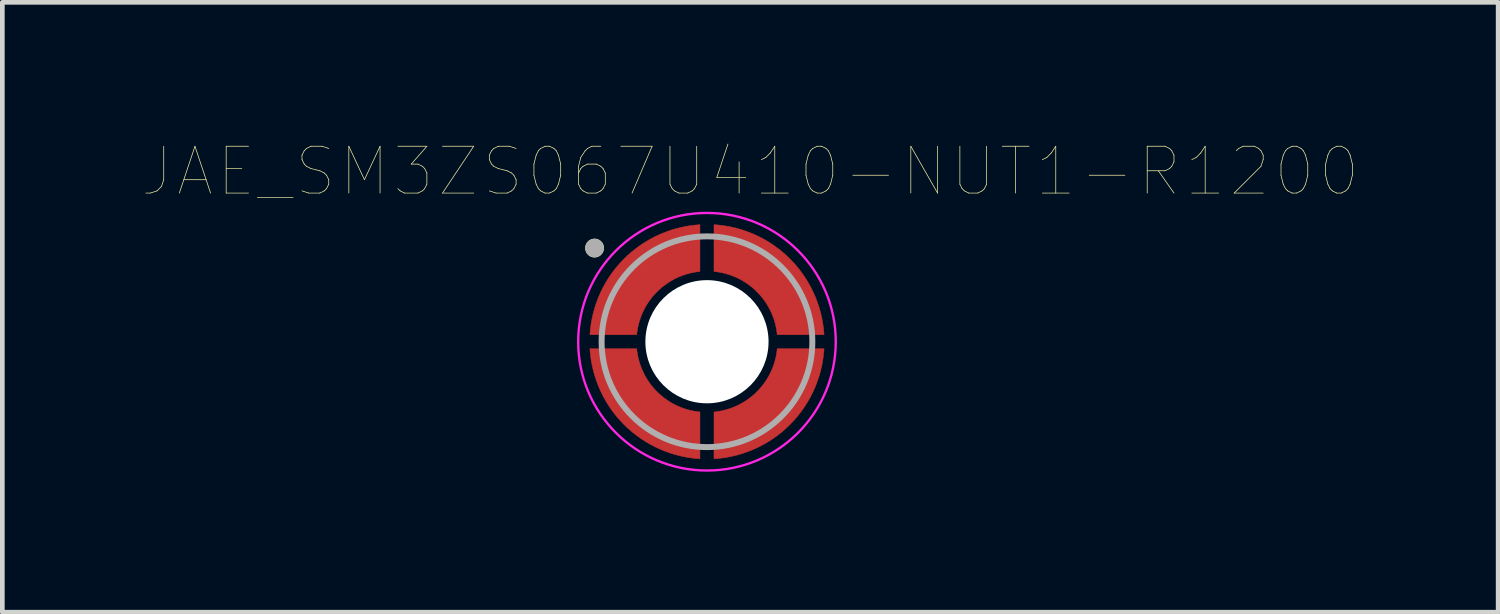
<source format=kicad_pcb>
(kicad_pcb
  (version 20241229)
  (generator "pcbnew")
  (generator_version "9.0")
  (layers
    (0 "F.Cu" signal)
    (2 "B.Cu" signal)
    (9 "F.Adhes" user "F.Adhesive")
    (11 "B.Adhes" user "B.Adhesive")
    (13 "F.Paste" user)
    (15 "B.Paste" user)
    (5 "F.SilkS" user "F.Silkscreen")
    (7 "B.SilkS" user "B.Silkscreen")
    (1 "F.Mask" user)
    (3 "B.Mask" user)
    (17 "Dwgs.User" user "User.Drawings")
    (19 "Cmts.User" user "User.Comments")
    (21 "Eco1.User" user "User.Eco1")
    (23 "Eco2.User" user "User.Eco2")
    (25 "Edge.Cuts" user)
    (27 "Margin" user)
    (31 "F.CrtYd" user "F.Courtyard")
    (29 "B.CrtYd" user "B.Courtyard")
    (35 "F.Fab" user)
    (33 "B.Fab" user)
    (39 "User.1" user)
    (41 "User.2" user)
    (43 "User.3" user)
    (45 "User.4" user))
  (footprint "JAE_SM3ZS067U410-NUT1-R1200"
    (layer "F.Cu")
    (at 12.046 4.247)
    (property "Reference" "JAE_SM3ZS067U410-NUT1-R1200" (at 0.924 -3.636 0) (layer "F.SilkS") (effects (font (size 1 1) (thickness 0.015))))
    (attr through_hole)
    (fp_poly (pts (xy -1.5 -0.15) (xy -2.5 -0.15) (xy -2.492 -0.249) (xy -2.477 -0.369) (xy -2.456 -0.488) (xy -2.429 -0.606) (xy -2.397 -0.723) (xy -2.359 -0.838) (xy -2.316 -0.951) (xy -2.267 -1.062) (xy -2.213 -1.17) (xy -2.154 -1.276) (xy -2.09 -1.379) (xy -2.021 -1.478) (xy -1.947 -1.574) (xy -1.868 -1.666) (xy -1.786 -1.755) (xy -1.699 -1.839) (xy -1.608 -1.919) (xy -1.513 -1.994) (xy -1.415 -2.065) (xy -1.313 -2.131) (xy -1.209 -2.192) (xy -1.101 -2.248) (xy -0.992 -2.299) (xy -0.879 -2.344) (xy -0.765 -2.384) (xy -0.649 -2.418) (xy -0.531 -2.447) (xy -0.412 -2.47) (xy -0.292 -2.487) (xy -0.15 -2.5) (xy -0.15 -1.5) (xy -0.231 -1.49) (xy -0.299 -1.478) (xy -0.367 -1.463) (xy -0.433 -1.445) (xy -0.499 -1.424) (xy -0.563 -1.4) (xy -0.627 -1.373) (xy -0.689 -1.343) (xy -0.75 -1.31) (xy -0.809 -1.274) (xy -0.866 -1.236) (xy -0.922 -1.195) (xy -0.975 -1.152) (xy -1.027 -1.106) (xy -1.077 -1.058) (xy -1.124 -1.008) (xy -1.169 -0.955) (xy -1.211 -0.901) (xy -1.251 -0.845) (xy -1.288 -0.787) (xy -1.323 -0.727) (xy -1.354 -0.666) (xy -1.383 -0.603) (xy -1.409 -0.539) (xy -1.432 -0.474) (xy -1.452 -0.408) (xy -1.469 -0.341) (xy -1.483 -0.274) (xy -1.494 -0.206) (xy -1.5 -0.15)) (stroke (width 0.01) (type solid)) (fill yes) (layer "F.Cu"))
    (fp_poly (pts (xy -0.15 1.5) (xy -0.15 2.5) (xy -0.292 2.487) (xy -0.412 2.47) (xy -0.531 2.447) (xy -0.649 2.418) (xy -0.765 2.384) (xy -0.879 2.344) (xy -0.992 2.299) (xy -1.101 2.248) (xy -1.209 2.192) (xy -1.313 2.131) (xy -1.415 2.065) (xy -1.513 1.994) (xy -1.608 1.919) (xy -1.699 1.839) (xy -1.786 1.755) (xy -1.868 1.666) (xy -1.947 1.574) (xy -2.021 1.478) (xy -2.09 1.379) (xy -2.154 1.276) (xy -2.213 1.17) (xy -2.267 1.062) (xy -2.316 0.951) (xy -2.359 0.838) (xy -2.397 0.723) (xy -2.429 0.606) (xy -2.456 0.488) (xy -2.477 0.369) (xy -2.492 0.249) (xy -2.5 0.15) (xy -1.5 0.15) (xy -1.494 0.206) (xy -1.483 0.274) (xy -1.469 0.341) (xy -1.452 0.408) (xy -1.432 0.474) (xy -1.409 0.539) (xy -1.383 0.603) (xy -1.354 0.666) (xy -1.323 0.727) (xy -1.288 0.787) (xy -1.251 0.845) (xy -1.211 0.901) (xy -1.169 0.955) (xy -1.124 1.008) (xy -1.077 1.058) (xy -1.027 1.106) (xy -0.975 1.152) (xy -0.922 1.195) (xy -0.866 1.236) (xy -0.809 1.274) (xy -0.75 1.31) (xy -0.689 1.343) (xy -0.627 1.373) (xy -0.563 1.4) (xy -0.499 1.424) (xy -0.433 1.445) (xy -0.367 1.463) (xy -0.299 1.478) (xy -0.231 1.49) (xy -0.15 1.5)) (stroke (width 0.01) (type solid)) (fill yes) (layer "F.Cu"))
    (fp_poly (pts (xy 0.15 -1.5) (xy 0.15 -2.5) (xy 0.25 -2.492) (xy 0.372 -2.476) (xy 0.493 -2.455) (xy 0.612 -2.428) (xy 0.73 -2.395) (xy 0.846 -2.356) (xy 0.961 -2.312) (xy 1.073 -2.262) (xy 1.182 -2.207) (xy 1.289 -2.146) (xy 1.392 -2.081) (xy 1.492 -2.01) (xy 1.589 -1.935) (xy 1.681 -1.855) (xy 1.77 -1.77) (xy 1.855 -1.681) (xy 1.935 -1.589) (xy 2.01 -1.492) (xy 2.081 -1.392) (xy 2.146 -1.289) (xy 2.207 -1.182) (xy 2.262 -1.073) (xy 2.312 -0.961) (xy 2.356 -0.846) (xy 2.395 -0.73) (xy 2.428 -0.612) (xy 2.455 -0.493) (xy 2.476 -0.372) (xy 2.492 -0.25) (xy 2.5 -0.15) (xy 1.5 -0.15) (xy 1.493 -0.206) (xy 1.483 -0.275) (xy 1.468 -0.344) (xy 1.451 -0.411) (xy 1.431 -0.478) (xy 1.407 -0.544) (xy 1.381 -0.609) (xy 1.351 -0.672) (xy 1.319 -0.734) (xy 1.283 -0.794) (xy 1.245 -0.853) (xy 1.205 -0.909) (xy 1.161 -0.964) (xy 1.116 -1.017) (xy 1.067 -1.067) (xy 1.017 -1.116) (xy 0.964 -1.161) (xy 0.909 -1.205) (xy 0.853 -1.245) (xy 0.794 -1.283) (xy 0.734 -1.319) (xy 0.672 -1.351) (xy 0.609 -1.381) (xy 0.544 -1.407) (xy 0.478 -1.431) (xy 0.411 -1.451) (xy 0.344 -1.468) (xy 0.275 -1.483) (xy 0.206 -1.493) (xy 0.15 -1.5)) (stroke (width 0.01) (type solid)) (fill yes) (layer "F.Cu"))
    (fp_poly (pts (xy 1.5 0.15) (xy 2.5 0.15) (xy 2.492 0.25) (xy 2.476 0.372) (xy 2.455 0.493) (xy 2.428 0.612) (xy 2.395 0.73) (xy 2.356 0.846) (xy 2.312 0.961) (xy 2.262 1.073) (xy 2.207 1.182) (xy 2.146 1.289) (xy 2.081 1.392) (xy 2.01 1.492) (xy 1.935 1.589) (xy 1.855 1.681) (xy 1.77 1.77) (xy 1.681 1.855) (xy 1.589 1.935) (xy 1.492 2.01) (xy 1.392 2.081) (xy 1.289 2.146) (xy 1.182 2.207) (xy 1.073 2.262) (xy 0.961 2.312) (xy 0.846 2.356) (xy 0.73 2.395) (xy 0.612 2.428) (xy 0.493 2.455) (xy 0.372 2.476) (xy 0.25 2.492) (xy 0.15 2.5) (xy 0.15 1.5) (xy 0.206 1.493) (xy 0.275 1.483) (xy 0.344 1.468) (xy 0.411 1.451) (xy 0.478 1.431) (xy 0.544 1.407) (xy 0.609 1.381) (xy 0.672 1.351) (xy 0.734 1.319) (xy 0.794 1.283) (xy 0.853 1.245) (xy 0.909 1.205) (xy 0.964 1.161) (xy 1.017 1.116) (xy 1.067 1.067) (xy 1.116 1.017) (xy 1.161 0.964) (xy 1.205 0.909) (xy 1.245 0.853) (xy 1.283 0.794) (xy 1.319 0.734) (xy 1.351 0.672) (xy 1.381 0.609) (xy 1.407 0.544) (xy 1.431 0.478) (xy 1.451 0.411) (xy 1.468 0.344) (xy 1.483 0.275) (xy 1.493 0.206) (xy 1.5 0.15)) (stroke (width 0.01) (type solid)) (fill yes) (layer "F.Cu"))
    (fp_poly (pts (xy -1.4 -0.05) (xy -2.6 -0.05) (xy -2.594 -0.172) (xy -2.582 -0.305) (xy -2.563 -0.437) (xy -2.536 -0.568) (xy -2.504 -0.697) (xy -2.464 -0.825) (xy -2.419 -0.95) (xy -2.366 -1.073) (xy -2.308 -1.193) (xy -2.244 -1.31) (xy -2.173 -1.423) (xy -2.097 -1.533) (xy -2.016 -1.639) (xy -1.929 -1.74) (xy -1.837 -1.837) (xy -1.74 -1.929) (xy -1.639 -2.016) (xy -1.533 -2.097) (xy -1.423 -2.173) (xy -1.31 -2.244) (xy -1.193 -2.308) (xy -1.073 -2.366) (xy -0.95 -2.419) (xy -0.825 -2.464) (xy -0.697 -2.504) (xy -0.568 -2.536) (xy -0.437 -2.563) (xy -0.305 -2.582) (xy -0.172 -2.594) (xy -0.05 -2.6) (xy -0.05 -1.4) (xy -0.114 -1.396) (xy -0.184 -1.388) (xy -0.253 -1.377) (xy -0.322 -1.362) (xy -0.39 -1.344) (xy -0.457 -1.323) (xy -0.523 -1.298) (xy -0.588 -1.27) (xy -0.651 -1.239) (xy -0.712 -1.204) (xy -0.772 -1.167) (xy -0.829 -1.127) (xy -0.885 -1.084) (xy -0.938 -1.038) (xy -0.989 -0.989) (xy -1.038 -0.938) (xy -1.084 -0.885) (xy -1.127 -0.829) (xy -1.167 -0.772) (xy -1.204 -0.712) (xy -1.239 -0.651) (xy -1.27 -0.588) (xy -1.298 -0.523) (xy -1.323 -0.457) (xy -1.344 -0.39) (xy -1.362 -0.322) (xy -1.377 -0.253) (xy -1.388 -0.184) (xy -1.396 -0.114) (xy -1.4 -0.05)) (stroke (width 0.01) (type solid)) (fill yes) (layer "F.Mask"))
    (fp_poly (pts (xy -0.05 1.4) (xy -0.05 2.6) (xy -0.172 2.594) (xy -0.305 2.582) (xy -0.437 2.563) (xy -0.568 2.536) (xy -0.697 2.504) (xy -0.825 2.464) (xy -0.95 2.419) (xy -1.073 2.366) (xy -1.193 2.308) (xy -1.31 2.244) (xy -1.423 2.173) (xy -1.533 2.097) (xy -1.639 2.016) (xy -1.74 1.929) (xy -1.837 1.837) (xy -1.929 1.74) (xy -2.016 1.639) (xy -2.097 1.533) (xy -2.173 1.423) (xy -2.244 1.31) (xy -2.308 1.193) (xy -2.366 1.073) (xy -2.419 0.95) (xy -2.464 0.825) (xy -2.504 0.697) (xy -2.536 0.568) (xy -2.563 0.437) (xy -2.582 0.305) (xy -2.594 0.172) (xy -2.6 0.05) (xy -1.4 0.05) (xy -1.396 0.114) (xy -1.388 0.184) (xy -1.377 0.253) (xy -1.362 0.322) (xy -1.344 0.39) (xy -1.323 0.457) (xy -1.298 0.523) (xy -1.27 0.588) (xy -1.239 0.651) (xy -1.204 0.712) (xy -1.167 0.772) (xy -1.127 0.829) (xy -1.084 0.885) (xy -1.038 0.938) (xy -0.989 0.989) (xy -0.938 1.038) (xy -0.885 1.084) (xy -0.829 1.127) (xy -0.772 1.167) (xy -0.712 1.204) (xy -0.651 1.239) (xy -0.588 1.27) (xy -0.523 1.298) (xy -0.457 1.323) (xy -0.39 1.344) (xy -0.322 1.362) (xy -0.253 1.377) (xy -0.184 1.388) (xy -0.114 1.396) (xy -0.05 1.4)) (stroke (width 0.01) (type solid)) (fill yes) (layer "F.Mask"))
    (fp_poly (pts (xy 0.05 -1.4) (xy 0.05 -2.6) (xy 0.172 -2.594) (xy 0.305 -2.582) (xy 0.437 -2.563) (xy 0.568 -2.536) (xy 0.697 -2.504) (xy 0.825 -2.464) (xy 0.95 -2.419) (xy 1.073 -2.366) (xy 1.193 -2.308) (xy 1.31 -2.244) (xy 1.423 -2.173) (xy 1.533 -2.097) (xy 1.639 -2.016) (xy 1.74 -1.929) (xy 1.837 -1.837) (xy 1.929 -1.74) (xy 2.016 -1.639) (xy 2.097 -1.533) (xy 2.173 -1.423) (xy 2.244 -1.31) (xy 2.308 -1.193) (xy 2.366 -1.073) (xy 2.419 -0.95) (xy 2.464 -0.825) (xy 2.504 -0.697) (xy 2.536 -0.568) (xy 2.563 -0.437) (xy 2.582 -0.305) (xy 2.594 -0.172) (xy 2.6 -0.05) (xy 1.4 -0.05) (xy 1.396 -0.114) (xy 1.388 -0.184) (xy 1.377 -0.253) (xy 1.362 -0.322) (xy 1.344 -0.39) (xy 1.323 -0.457) (xy 1.298 -0.523) (xy 1.27 -0.588) (xy 1.239 -0.651) (xy 1.204 -0.712) (xy 1.167 -0.772) (xy 1.127 -0.829) (xy 1.084 -0.885) (xy 1.038 -0.938) (xy 0.989 -0.989) (xy 0.938 -1.038) (xy 0.885 -1.084) (xy 0.829 -1.127) (xy 0.772 -1.167) (xy 0.712 -1.204) (xy 0.651 -1.239) (xy 0.588 -1.27) (xy 0.523 -1.298) (xy 0.457 -1.323) (xy 0.39 -1.344) (xy 0.322 -1.362) (xy 0.253 -1.377) (xy 0.184 -1.388) (xy 0.114 -1.396) (xy 0.05 -1.4)) (stroke (width 0.01) (type solid)) (fill yes) (layer "F.Mask"))
    (fp_poly (pts (xy 1.4 0.05) (xy 2.6 0.05) (xy 2.594 0.172) (xy 2.582 0.305) (xy 2.563 0.437) (xy 2.536 0.568) (xy 2.504 0.697) (xy 2.464 0.825) (xy 2.419 0.95) (xy 2.366 1.073) (xy 2.308 1.193) (xy 2.244 1.31) (xy 2.173 1.423) (xy 2.097 1.533) (xy 2.016 1.639) (xy 1.929 1.74) (xy 1.837 1.837) (xy 1.74 1.929) (xy 1.639 2.016) (xy 1.533 2.097) (xy 1.423 2.173) (xy 1.31 2.244) (xy 1.193 2.308) (xy 1.073 2.366) (xy 0.95 2.419) (xy 0.825 2.464) (xy 0.697 2.504) (xy 0.568 2.536) (xy 0.437 2.563) (xy 0.305 2.582) (xy 0.172 2.594) (xy 0.05 2.6) (xy 0.05 1.4) (xy 0.114 1.396) (xy 0.184 1.388) (xy 0.253 1.377) (xy 0.322 1.362) (xy 0.39 1.344) (xy 0.457 1.323) (xy 0.523 1.298) (xy 0.588 1.27) (xy 0.651 1.239) (xy 0.712 1.204) (xy 0.772 1.167) (xy 0.829 1.127) (xy 0.885 1.084) (xy 0.938 1.038) (xy 0.989 0.989) (xy 1.038 0.938) (xy 1.084 0.885) (xy 1.127 0.829) (xy 1.167 0.772) (xy 1.204 0.712) (xy 1.239 0.651) (xy 1.27 0.588) (xy 1.298 0.523) (xy 1.323 0.457) (xy 1.344 0.39) (xy 1.362 0.322) (xy 1.377 0.253) (xy 1.388 0.184) (xy 1.396 0.114) (xy 1.4 0.05)) (stroke (width 0.01) (type solid)) (fill yes) (layer "F.Mask"))
    (fp_circle (center -2.4 -2) (end -2.3 -2) (stroke (width 0.2) (type solid)) (fill no) (layer "F.SilkS"))
    (fp_poly (pts (xy -1.5 -0.15) (xy -2.5 -0.15) (xy -2.492 -0.249) (xy -2.477 -0.369) (xy -2.456 -0.488) (xy -2.429 -0.606) (xy -2.397 -0.723) (xy -2.359 -0.838) (xy -2.316 -0.951) (xy -2.267 -1.062) (xy -2.213 -1.17) (xy -2.154 -1.276) (xy -2.09 -1.379) (xy -2.021 -1.478) (xy -1.947 -1.574) (xy -1.868 -1.666) (xy -1.786 -1.755) (xy -1.699 -1.839) (xy -1.608 -1.919) (xy -1.513 -1.994) (xy -1.415 -2.065) (xy -1.313 -2.131) (xy -1.209 -2.192) (xy -1.101 -2.248) (xy -0.992 -2.299) (xy -0.879 -2.344) (xy -0.765 -2.384) (xy -0.649 -2.418) (xy -0.531 -2.447) (xy -0.412 -2.47) (xy -0.292 -2.487) (xy -0.15 -2.5) (xy -0.15 -1.5) (xy -0.231 -1.49) (xy -0.299 -1.478) (xy -0.367 -1.463) (xy -0.433 -1.445) (xy -0.499 -1.424) (xy -0.563 -1.4) (xy -0.627 -1.373) (xy -0.689 -1.343) (xy -0.75 -1.31) (xy -0.809 -1.274) (xy -0.866 -1.236) (xy -0.922 -1.195) (xy -0.975 -1.152) (xy -1.027 -1.106) (xy -1.077 -1.058) (xy -1.124 -1.008) (xy -1.169 -0.955) (xy -1.211 -0.901) (xy -1.251 -0.845) (xy -1.288 -0.787) (xy -1.323 -0.727) (xy -1.354 -0.666) (xy -1.383 -0.603) (xy -1.409 -0.539) (xy -1.432 -0.474) (xy -1.452 -0.408) (xy -1.469 -0.341) (xy -1.483 -0.274) (xy -1.494 -0.206) (xy -1.5 -0.15)) (stroke (width 0.01) (type solid)) (fill yes) (layer "F.Paste"))
    (fp_poly (pts (xy -0.15 1.5) (xy -0.15 2.5) (xy -0.292 2.487) (xy -0.412 2.47) (xy -0.531 2.447) (xy -0.649 2.418) (xy -0.765 2.384) (xy -0.879 2.344) (xy -0.992 2.299) (xy -1.101 2.248) (xy -1.209 2.192) (xy -1.313 2.131) (xy -1.415 2.065) (xy -1.513 1.994) (xy -1.608 1.919) (xy -1.699 1.839) (xy -1.786 1.755) (xy -1.868 1.666) (xy -1.947 1.574) (xy -2.021 1.478) (xy -2.09 1.379) (xy -2.154 1.276) (xy -2.213 1.17) (xy -2.267 1.062) (xy -2.316 0.951) (xy -2.359 0.838) (xy -2.397 0.723) (xy -2.429 0.606) (xy -2.456 0.488) (xy -2.477 0.369) (xy -2.492 0.249) (xy -2.5 0.15) (xy -1.5 0.15) (xy -1.494 0.206) (xy -1.483 0.274) (xy -1.469 0.341) (xy -1.452 0.408) (xy -1.432 0.474) (xy -1.409 0.539) (xy -1.383 0.603) (xy -1.354 0.666) (xy -1.323 0.727) (xy -1.288 0.787) (xy -1.251 0.845) (xy -1.211 0.901) (xy -1.169 0.955) (xy -1.124 1.008) (xy -1.077 1.058) (xy -1.027 1.106) (xy -0.975 1.152) (xy -0.922 1.195) (xy -0.866 1.236) (xy -0.809 1.274) (xy -0.75 1.31) (xy -0.689 1.343) (xy -0.627 1.373) (xy -0.563 1.4) (xy -0.499 1.424) (xy -0.433 1.445) (xy -0.367 1.463) (xy -0.299 1.478) (xy -0.231 1.49) (xy -0.15 1.5)) (stroke (width 0.01) (type solid)) (fill yes) (layer "F.Paste"))
    (fp_poly (pts (xy 0.15 -1.5) (xy 0.15 -2.5) (xy 0.25 -2.492) (xy 0.372 -2.476) (xy 0.493 -2.455) (xy 0.612 -2.428) (xy 0.73 -2.395) (xy 0.846 -2.356) (xy 0.961 -2.312) (xy 1.073 -2.262) (xy 1.182 -2.207) (xy 1.289 -2.146) (xy 1.392 -2.081) (xy 1.492 -2.01) (xy 1.589 -1.935) (xy 1.681 -1.855) (xy 1.77 -1.77) (xy 1.855 -1.681) (xy 1.935 -1.589) (xy 2.01 -1.492) (xy 2.081 -1.392) (xy 2.146 -1.289) (xy 2.207 -1.182) (xy 2.262 -1.073) (xy 2.312 -0.961) (xy 2.356 -0.846) (xy 2.395 -0.73) (xy 2.428 -0.612) (xy 2.455 -0.493) (xy 2.476 -0.372) (xy 2.492 -0.25) (xy 2.5 -0.15) (xy 1.5 -0.15) (xy 1.493 -0.206) (xy 1.483 -0.275) (xy 1.468 -0.344) (xy 1.451 -0.411) (xy 1.431 -0.478) (xy 1.407 -0.544) (xy 1.381 -0.609) (xy 1.351 -0.672) (xy 1.319 -0.734) (xy 1.283 -0.794) (xy 1.245 -0.853) (xy 1.205 -0.909) (xy 1.161 -0.964) (xy 1.116 -1.017) (xy 1.067 -1.067) (xy 1.017 -1.116) (xy 0.964 -1.161) (xy 0.909 -1.205) (xy 0.853 -1.245) (xy 0.794 -1.283) (xy 0.734 -1.319) (xy 0.672 -1.351) (xy 0.609 -1.381) (xy 0.544 -1.407) (xy 0.478 -1.431) (xy 0.411 -1.451) (xy 0.344 -1.468) (xy 0.275 -1.483) (xy 0.206 -1.493) (xy 0.15 -1.5)) (stroke (width 0.01) (type solid)) (fill yes) (layer "F.Paste"))
    (fp_poly (pts (xy 1.5 0.15) (xy 2.5 0.15) (xy 2.492 0.25) (xy 2.476 0.372) (xy 2.455 0.493) (xy 2.428 0.612) (xy 2.395 0.73) (xy 2.356 0.846) (xy 2.312 0.961) (xy 2.262 1.073) (xy 2.207 1.182) (xy 2.146 1.289) (xy 2.081 1.392) (xy 2.01 1.492) (xy 1.935 1.589) (xy 1.855 1.681) (xy 1.77 1.77) (xy 1.681 1.855) (xy 1.589 1.935) (xy 1.492 2.01) (xy 1.392 2.081) (xy 1.289 2.146) (xy 1.182 2.207) (xy 1.073 2.262) (xy 0.961 2.312) (xy 0.846 2.356) (xy 0.73 2.395) (xy 0.612 2.428) (xy 0.493 2.455) (xy 0.372 2.476) (xy 0.25 2.492) (xy 0.15 2.5) (xy 0.15 1.5) (xy 0.206 1.493) (xy 0.275 1.483) (xy 0.344 1.468) (xy 0.411 1.451) (xy 0.478 1.431) (xy 0.544 1.407) (xy 0.609 1.381) (xy 0.672 1.351) (xy 0.734 1.319) (xy 0.794 1.283) (xy 0.853 1.245) (xy 0.909 1.205) (xy 0.964 1.161) (xy 1.017 1.116) (xy 1.067 1.067) (xy 1.116 1.017) (xy 1.161 0.964) (xy 1.205 0.909) (xy 1.245 0.853) (xy 1.283 0.794) (xy 1.319 0.734) (xy 1.351 0.672) (xy 1.381 0.609) (xy 1.407 0.544) (xy 1.431 0.478) (xy 1.451 0.411) (xy 1.468 0.344) (xy 1.483 0.275) (xy 1.493 0.206) (xy 1.5 0.15)) (stroke (width 0.01) (type solid)) (fill yes) (layer "F.Paste"))
    (fp_circle (center 0 0) (end 2.75 0) (stroke (width 0.05) (type solid)) (fill no) (layer "F.CrtYd"))
    (fp_circle (center -2.4 -2) (end -2.3 -2) (stroke (width 0.2) (type solid)) (fill no) (layer "F.Fab"))
    (fp_circle (center 0 0) (end 2.25 0) (stroke (width 0.127) (type solid)) (fill no) (layer "F.Fab"))
    (pad "" np_thru_hole circle (at 0 0) (size 2.63 2.63) (drill 2.63) (layers "*.Cu" "*.Mask"))
    (pad "1" smd rect (at -2 -1) (size 0.25 0.25) (layers "F.Cu"))
    (pad "2" smd rect (at -2 1) (size 0.25 0.25) (layers "F.Cu"))
    (pad "3" smd rect (at 1 2) (size 0.25 0.25) (layers "F.Cu"))
    (pad "4" smd rect (at 2 -1) (size 0.25 0.25) (layers "F.Cu")))
  (gr_rect
    (start -3 -3)
    (end 28.94 10.022)
    (stroke (width 0.1) (type default))
    (fill no)
    (layer "Edge.Cuts")))
</source>
